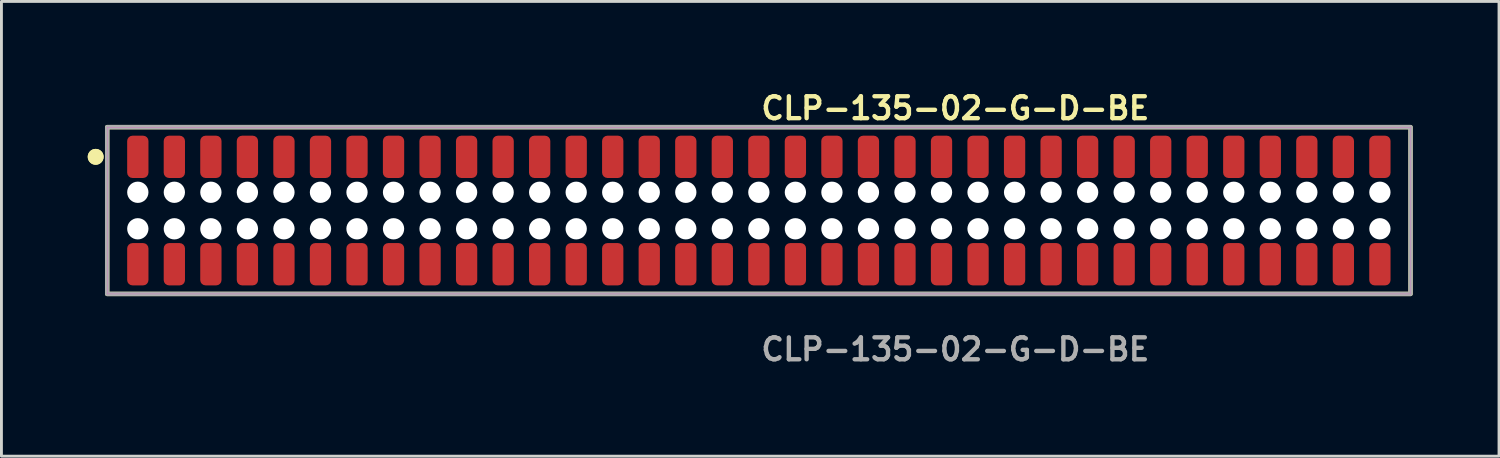
<source format=kicad_pcb>
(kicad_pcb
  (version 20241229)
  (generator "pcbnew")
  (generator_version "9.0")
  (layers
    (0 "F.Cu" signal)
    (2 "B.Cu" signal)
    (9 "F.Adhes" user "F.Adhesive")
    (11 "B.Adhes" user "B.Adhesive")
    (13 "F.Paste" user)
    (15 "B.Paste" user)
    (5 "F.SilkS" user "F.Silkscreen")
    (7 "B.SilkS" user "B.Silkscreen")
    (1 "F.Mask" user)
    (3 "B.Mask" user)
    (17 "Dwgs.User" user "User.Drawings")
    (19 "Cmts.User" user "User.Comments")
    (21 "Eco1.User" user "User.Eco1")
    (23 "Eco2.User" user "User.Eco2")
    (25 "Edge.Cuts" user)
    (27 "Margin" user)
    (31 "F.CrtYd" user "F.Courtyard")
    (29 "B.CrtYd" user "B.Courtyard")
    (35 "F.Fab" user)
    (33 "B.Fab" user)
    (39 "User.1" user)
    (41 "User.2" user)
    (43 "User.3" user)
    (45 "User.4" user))
  (footprint "CLP-135-02-G-D-BE"
    (layer "F.Cu")
    (at 23.331 4.269)
    (property "Reference" "CLP-135-02-G-D-BE" (at 0 -3.556 0) (unlocked yes) (layer "F.SilkS") (effects (font (size 0.762 0.762) (thickness 0.152)) (justify left)))
    (fp_rect (start -22.655 2.9) (end 22.655 -2.9) (stroke (width 0.152) (type solid)) (fill no) (layer "F.SilkS"))
    (fp_circle (center -23.055 -1.867) (end -23.255 -1.867) (stroke (width 0.152) (type solid)) (fill yes) (layer "F.SilkS"))
    (fp_circle (center -23.055 -1.867) (end -23.255 -1.867) (stroke (width 0.152) (type solid)) (fill yes) (layer "F.SilkS"))
    (fp_rect (start -22.655 2.9) (end 22.655 -2.9) (stroke (width 0.006) (type solid)) (fill no) (layer "F.CrtYd"))
    (fp_rect (start -22.655 2.9) (end 22.655 -2.9) (stroke (width 0.152) (type solid)) (fill no) (layer "F.Fab"))
    (fp_text user "${REFERENCE}" (at 0 4.826 0) (unlocked yes) (layer "F.Fab") (effects (font (size 0.762 0.762) (thickness 0.152)) (justify left)))
    (pad "" np_thru_hole circle (at -21.59 -0.635) (size 0.74 0.74) (drill 0.74) (layers "*.Cu" "*.Mask"))
    (pad "" np_thru_hole circle (at -21.59 0.635) (size 0.74 0.74) (drill 0.74) (layers "*.Cu" "*.Mask"))
    (pad "" np_thru_hole circle (at -20.32 -0.635) (size 0.74 0.74) (drill 0.74) (layers "*.Cu" "*.Mask"))
    (pad "" np_thru_hole circle (at -20.32 0.635) (size 0.74 0.74) (drill 0.74) (layers "*.Cu" "*.Mask"))
    (pad "" np_thru_hole circle (at -19.05 -0.635) (size 0.74 0.74) (drill 0.74) (layers "*.Cu" "*.Mask"))
    (pad "" np_thru_hole circle (at -19.05 0.635) (size 0.74 0.74) (drill 0.74) (layers "*.Cu" "*.Mask"))
    (pad "" np_thru_hole circle (at -17.78 -0.635) (size 0.74 0.74) (drill 0.74) (layers "*.Cu" "*.Mask"))
    (pad "" np_thru_hole circle (at -17.78 0.635) (size 0.74 0.74) (drill 0.74) (layers "*.Cu" "*.Mask"))
    (pad "" np_thru_hole circle (at -16.51 -0.635) (size 0.74 0.74) (drill 0.74) (layers "*.Cu" "*.Mask"))
    (pad "" np_thru_hole circle (at -16.51 0.635) (size 0.74 0.74) (drill 0.74) (layers "*.Cu" "*.Mask"))
    (pad "" np_thru_hole circle (at -15.24 -0.635) (size 0.74 0.74) (drill 0.74) (layers "*.Cu" "*.Mask"))
    (pad "" np_thru_hole circle (at -15.24 0.635) (size 0.74 0.74) (drill 0.74) (layers "*.Cu" "*.Mask"))
    (pad "" np_thru_hole circle (at -13.97 -0.635) (size 0.74 0.74) (drill 0.74) (layers "*.Cu" "*.Mask"))
    (pad "" np_thru_hole circle (at -13.97 0.635) (size 0.74 0.74) (drill 0.74) (layers "*.Cu" "*.Mask"))
    (pad "" np_thru_hole circle (at -12.7 -0.635) (size 0.74 0.74) (drill 0.74) (layers "*.Cu" "*.Mask"))
    (pad "" np_thru_hole circle (at -12.7 0.635) (size 0.74 0.74) (drill 0.74) (layers "*.Cu" "*.Mask"))
    (pad "" np_thru_hole circle (at -11.43 -0.635) (size 0.74 0.74) (drill 0.74) (layers "*.Cu" "*.Mask"))
    (pad "" np_thru_hole circle (at -11.43 0.635) (size 0.74 0.74) (drill 0.74) (layers "*.Cu" "*.Mask"))
    (pad "" np_thru_hole circle (at -10.16 -0.635) (size 0.74 0.74) (drill 0.74) (layers "*.Cu" "*.Mask"))
    (pad "" np_thru_hole circle (at -10.16 0.635) (size 0.74 0.74) (drill 0.74) (layers "*.Cu" "*.Mask"))
    (pad "" np_thru_hole circle (at -8.89 -0.635) (size 0.74 0.74) (drill 0.74) (layers "*.Cu" "*.Mask"))
    (pad "" np_thru_hole circle (at -8.89 0.635) (size 0.74 0.74) (drill 0.74) (layers "*.Cu" "*.Mask"))
    (pad "" np_thru_hole circle (at -7.62 -0.635) (size 0.74 0.74) (drill 0.74) (layers "*.Cu" "*.Mask"))
    (pad "" np_thru_hole circle (at -7.62 0.635) (size 0.74 0.74) (drill 0.74) (layers "*.Cu" "*.Mask"))
    (pad "" np_thru_hole circle (at -6.35 -0.635) (size 0.74 0.74) (drill 0.74) (layers "*.Cu" "*.Mask"))
    (pad "" np_thru_hole circle (at -6.35 0.635) (size 0.74 0.74) (drill 0.74) (layers "*.Cu" "*.Mask"))
    (pad "" np_thru_hole circle (at -5.08 -0.635) (size 0.74 0.74) (drill 0.74) (layers "*.Cu" "*.Mask"))
    (pad "" np_thru_hole circle (at -5.08 0.635) (size 0.74 0.74) (drill 0.74) (layers "*.Cu" "*.Mask"))
    (pad "" np_thru_hole circle (at -3.81 -0.635) (size 0.74 0.74) (drill 0.74) (layers "*.Cu" "*.Mask"))
    (pad "" np_thru_hole circle (at -3.81 0.635) (size 0.74 0.74) (drill 0.74) (layers "*.Cu" "*.Mask"))
    (pad "" np_thru_hole circle (at -2.54 -0.635) (size 0.74 0.74) (drill 0.74) (layers "*.Cu" "*.Mask"))
    (pad "" np_thru_hole circle (at -2.54 0.635) (size 0.74 0.74) (drill 0.74) (layers "*.Cu" "*.Mask"))
    (pad "" np_thru_hole circle (at -1.27 -0.635) (size 0.74 0.74) (drill 0.74) (layers "*.Cu" "*.Mask"))
    (pad "" np_thru_hole circle (at -1.27 0.635) (size 0.74 0.74) (drill 0.74) (layers "*.Cu" "*.Mask"))
    (pad "" np_thru_hole circle (at 0 -0.635) (size 0.74 0.74) (drill 0.74) (layers "*.Cu" "*.Mask"))
    (pad "" np_thru_hole circle (at 0 0.635) (size 0.74 0.74) (drill 0.74) (layers "*.Cu" "*.Mask"))
    (pad "" np_thru_hole circle (at 1.27 -0.635) (size 0.74 0.74) (drill 0.74) (layers "*.Cu" "*.Mask"))
    (pad "" np_thru_hole circle (at 1.27 0.635) (size 0.74 0.74) (drill 0.74) (layers "*.Cu" "*.Mask"))
    (pad "" np_thru_hole circle (at 2.54 -0.635) (size 0.74 0.74) (drill 0.74) (layers "*.Cu" "*.Mask"))
    (pad "" np_thru_hole circle (at 2.54 0.635) (size 0.74 0.74) (drill 0.74) (layers "*.Cu" "*.Mask"))
    (pad "" np_thru_hole circle (at 3.81 -0.635) (size 0.74 0.74) (drill 0.74) (layers "*.Cu" "*.Mask"))
    (pad "" np_thru_hole circle (at 3.81 0.635) (size 0.74 0.74) (drill 0.74) (layers "*.Cu" "*.Mask"))
    (pad "" np_thru_hole circle (at 5.08 -0.635) (size 0.74 0.74) (drill 0.74) (layers "*.Cu" "*.Mask"))
    (pad "" np_thru_hole circle (at 5.08 0.635) (size 0.74 0.74) (drill 0.74) (layers "*.Cu" "*.Mask"))
    (pad "" np_thru_hole circle (at 6.35 -0.635) (size 0.74 0.74) (drill 0.74) (layers "*.Cu" "*.Mask"))
    (pad "" np_thru_hole circle (at 6.35 0.635) (size 0.74 0.74) (drill 0.74) (layers "*.Cu" "*.Mask"))
    (pad "" np_thru_hole circle (at 7.62 -0.635) (size 0.74 0.74) (drill 0.74) (layers "*.Cu" "*.Mask"))
    (pad "" np_thru_hole circle (at 7.62 0.635) (size 0.74 0.74) (drill 0.74) (layers "*.Cu" "*.Mask"))
    (pad "" np_thru_hole circle (at 8.89 -0.635) (size 0.74 0.74) (drill 0.74) (layers "*.Cu" "*.Mask"))
    (pad "" np_thru_hole circle (at 8.89 0.635) (size 0.74 0.74) (drill 0.74) (layers "*.Cu" "*.Mask"))
    (pad "" np_thru_hole circle (at 10.16 -0.635) (size 0.74 0.74) (drill 0.74) (layers "*.Cu" "*.Mask"))
    (pad "" np_thru_hole circle (at 10.16 0.635) (size 0.74 0.74) (drill 0.74) (layers "*.Cu" "*.Mask"))
    (pad "" np_thru_hole circle (at 11.43 -0.635) (size 0.74 0.74) (drill 0.74) (layers "*.Cu" "*.Mask"))
    (pad "" np_thru_hole circle (at 11.43 0.635) (size 0.74 0.74) (drill 0.74) (layers "*.Cu" "*.Mask"))
    (pad "" np_thru_hole circle (at 12.7 -0.635) (size 0.74 0.74) (drill 0.74) (layers "*.Cu" "*.Mask"))
    (pad "" np_thru_hole circle (at 12.7 0.635) (size 0.74 0.74) (drill 0.74) (layers "*.Cu" "*.Mask"))
    (pad "" np_thru_hole circle (at 13.97 -0.635) (size 0.74 0.74) (drill 0.74) (layers "*.Cu" "*.Mask"))
    (pad "" np_thru_hole circle (at 13.97 0.635) (size 0.74 0.74) (drill 0.74) (layers "*.Cu" "*.Mask"))
    (pad "" np_thru_hole circle (at 15.24 -0.635) (size 0.74 0.74) (drill 0.74) (layers "*.Cu" "*.Mask"))
    (pad "" np_thru_hole circle (at 15.24 0.635) (size 0.74 0.74) (drill 0.74) (layers "*.Cu" "*.Mask"))
    (pad "" np_thru_hole circle (at 16.51 -0.635) (size 0.74 0.74) (drill 0.74) (layers "*.Cu" "*.Mask"))
    (pad "" np_thru_hole circle (at 16.51 0.635) (size 0.74 0.74) (drill 0.74) (layers "*.Cu" "*.Mask"))
    (pad "" np_thru_hole circle (at 17.78 -0.635) (size 0.74 0.74) (drill 0.74) (layers "*.Cu" "*.Mask"))
    (pad "" np_thru_hole circle (at 17.78 0.635) (size 0.74 0.74) (drill 0.74) (layers "*.Cu" "*.Mask"))
    (pad "" np_thru_hole circle (at 19.05 -0.635) (size 0.74 0.74) (drill 0.74) (layers "*.Cu" "*.Mask"))
    (pad "" np_thru_hole circle (at 19.05 0.635) (size 0.74 0.74) (drill 0.74) (layers "*.Cu" "*.Mask"))
    (pad "" np_thru_hole circle (at 20.32 -0.635) (size 0.74 0.74) (drill 0.74) (layers "*.Cu" "*.Mask"))
    (pad "" np_thru_hole circle (at 20.32 0.635) (size 0.74 0.74) (drill 0.74) (layers "*.Cu" "*.Mask"))
    (pad "" np_thru_hole circle (at 21.59 -0.635) (size 0.74 0.74) (drill 0.74) (layers "*.Cu" "*.Mask"))
    (pad "" np_thru_hole circle (at 21.59 0.635) (size 0.74 0.74) (drill 0.74) (layers "*.Cu" "*.Mask"))
    (pad "1" smd roundrect (at -21.59 -1.867) (size 0.74 1.47) (layers "F.Cu" "F.Paste") (roundrect_rratio 0.25))
    (pad "2" smd roundrect (at -21.59 1.867) (size 0.74 1.47) (layers "F.Cu" "F.Paste") (roundrect_rratio 0.25))
    (pad "3" smd roundrect (at -20.32 -1.867) (size 0.74 1.47) (layers "F.Cu" "F.Paste") (roundrect_rratio 0.25))
    (pad "4" smd roundrect (at -20.32 1.867) (size 0.74 1.47) (layers "F.Cu" "F.Paste") (roundrect_rratio 0.25))
    (pad "5" smd roundrect (at -19.05 -1.867) (size 0.74 1.47) (layers "F.Cu" "F.Paste") (roundrect_rratio 0.25))
    (pad "6" smd roundrect (at -19.05 1.867) (size 0.74 1.47) (layers "F.Cu" "F.Paste") (roundrect_rratio 0.25))
    (pad "7" smd roundrect (at -17.78 -1.867) (size 0.74 1.47) (layers "F.Cu" "F.Paste") (roundrect_rratio 0.25))
    (pad "8" smd roundrect (at -17.78 1.867) (size 0.74 1.47) (layers "F.Cu" "F.Paste") (roundrect_rratio 0.25))
    (pad "9" smd roundrect (at -16.51 -1.867) (size 0.74 1.47) (layers "F.Cu" "F.Paste") (roundrect_rratio 0.25))
    (pad "10" smd roundrect (at -16.51 1.867) (size 0.74 1.47) (layers "F.Cu" "F.Paste") (roundrect_rratio 0.25))
    (pad "11" smd roundrect (at -15.24 -1.867) (size 0.74 1.47) (layers "F.Cu" "F.Paste") (roundrect_rratio 0.25))
    (pad "12" smd roundrect (at -15.24 1.867) (size 0.74 1.47) (layers "F.Cu" "F.Paste") (roundrect_rratio 0.25))
    (pad "13" smd roundrect (at -13.97 -1.867) (size 0.74 1.47) (layers "F.Cu" "F.Paste") (roundrect_rratio 0.25))
    (pad "14" smd roundrect (at -13.97 1.867) (size 0.74 1.47) (layers "F.Cu" "F.Paste") (roundrect_rratio 0.25))
    (pad "15" smd roundrect (at -12.7 -1.867) (size 0.74 1.47) (layers "F.Cu" "F.Paste") (roundrect_rratio 0.25))
    (pad "16" smd roundrect (at -12.7 1.867) (size 0.74 1.47) (layers "F.Cu" "F.Paste") (roundrect_rratio 0.25))
    (pad "17" smd roundrect (at -11.43 -1.867) (size 0.74 1.47) (layers "F.Cu" "F.Paste") (roundrect_rratio 0.25))
    (pad "18" smd roundrect (at -11.43 1.867) (size 0.74 1.47) (layers "F.Cu" "F.Paste") (roundrect_rratio 0.25))
    (pad "19" smd roundrect (at -10.16 -1.867) (size 0.74 1.47) (layers "F.Cu" "F.Paste") (roundrect_rratio 0.25))
    (pad "20" smd roundrect (at -10.16 1.867) (size 0.74 1.47) (layers "F.Cu" "F.Paste") (roundrect_rratio 0.25))
    (pad "21" smd roundrect (at -8.89 -1.867) (size 0.74 1.47) (layers "F.Cu" "F.Paste") (roundrect_rratio 0.25))
    (pad "22" smd roundrect (at -8.89 1.867) (size 0.74 1.47) (layers "F.Cu" "F.Paste") (roundrect_rratio 0.25))
    (pad "23" smd roundrect (at -7.62 -1.867) (size 0.74 1.47) (layers "F.Cu" "F.Paste") (roundrect_rratio 0.25))
    (pad "24" smd roundrect (at -7.62 1.867) (size 0.74 1.47) (layers "F.Cu" "F.Paste") (roundrect_rratio 0.25))
    (pad "25" smd roundrect (at -6.35 -1.867) (size 0.74 1.47) (layers "F.Cu" "F.Paste") (roundrect_rratio 0.25))
    (pad "26" smd roundrect (at -6.35 1.867) (size 0.74 1.47) (layers "F.Cu" "F.Paste") (roundrect_rratio 0.25))
    (pad "27" smd roundrect (at -5.08 -1.867) (size 0.74 1.47) (layers "F.Cu" "F.Paste") (roundrect_rratio 0.25))
    (pad "28" smd roundrect (at -5.08 1.867) (size 0.74 1.47) (layers "F.Cu" "F.Paste") (roundrect_rratio 0.25))
    (pad "29" smd roundrect (at -3.81 -1.867) (size 0.74 1.47) (layers "F.Cu" "F.Paste") (roundrect_rratio 0.25))
    (pad "30" smd roundrect (at -3.81 1.867) (size 0.74 1.47) (layers "F.Cu" "F.Paste") (roundrect_rratio 0.25))
    (pad "31" smd roundrect (at -2.54 -1.867) (size 0.74 1.47) (layers "F.Cu" "F.Paste") (roundrect_rratio 0.25))
    (pad "32" smd roundrect (at -2.54 1.867) (size 0.74 1.47) (layers "F.Cu" "F.Paste") (roundrect_rratio 0.25))
    (pad "33" smd roundrect (at -1.27 -1.867) (size 0.74 1.47) (layers "F.Cu" "F.Paste") (roundrect_rratio 0.25))
    (pad "34" smd roundrect (at -1.27 1.867) (size 0.74 1.47) (layers "F.Cu" "F.Paste") (roundrect_rratio 0.25))
    (pad "35" smd roundrect (at 0 -1.867) (size 0.74 1.47) (layers "F.Cu" "F.Paste") (roundrect_rratio 0.25))
    (pad "36" smd roundrect (at 0 1.867) (size 0.74 1.47) (layers "F.Cu" "F.Paste") (roundrect_rratio 0.25))
    (pad "37" smd roundrect (at 1.27 -1.867) (size 0.74 1.47) (layers "F.Cu" "F.Paste") (roundrect_rratio 0.25))
    (pad "38" smd roundrect (at 1.27 1.867) (size 0.74 1.47) (layers "F.Cu" "F.Paste") (roundrect_rratio 0.25))
    (pad "39" smd roundrect (at 2.54 -1.867) (size 0.74 1.47) (layers "F.Cu" "F.Paste") (roundrect_rratio 0.25))
    (pad "40" smd roundrect (at 2.54 1.867) (size 0.74 1.47) (layers "F.Cu" "F.Paste") (roundrect_rratio 0.25))
    (pad "41" smd roundrect (at 3.81 -1.867) (size 0.74 1.47) (layers "F.Cu" "F.Paste") (roundrect_rratio 0.25))
    (pad "42" smd roundrect (at 3.81 1.867) (size 0.74 1.47) (layers "F.Cu" "F.Paste") (roundrect_rratio 0.25))
    (pad "43" smd roundrect (at 5.08 -1.867) (size 0.74 1.47) (layers "F.Cu" "F.Paste") (roundrect_rratio 0.25))
    (pad "44" smd roundrect (at 5.08 1.867) (size 0.74 1.47) (layers "F.Cu" "F.Paste") (roundrect_rratio 0.25))
    (pad "45" smd roundrect (at 6.35 -1.867) (size 0.74 1.47) (layers "F.Cu" "F.Paste") (roundrect_rratio 0.25))
    (pad "46" smd roundrect (at 6.35 1.867) (size 0.74 1.47) (layers "F.Cu" "F.Paste") (roundrect_rratio 0.25))
    (pad "47" smd roundrect (at 7.62 -1.867) (size 0.74 1.47) (layers "F.Cu" "F.Paste") (roundrect_rratio 0.25))
    (pad "48" smd roundrect (at 7.62 1.867) (size 0.74 1.47) (layers "F.Cu" "F.Paste") (roundrect_rratio 0.25))
    (pad "49" smd roundrect (at 8.89 -1.867) (size 0.74 1.47) (layers "F.Cu" "F.Paste") (roundrect_rratio 0.25))
    (pad "50" smd roundrect (at 8.89 1.867) (size 0.74 1.47) (layers "F.Cu" "F.Paste") (roundrect_rratio 0.25))
    (pad "51" smd roundrect (at 10.16 -1.867) (size 0.74 1.47) (layers "F.Cu" "F.Paste") (roundrect_rratio 0.25))
    (pad "52" smd roundrect (at 10.16 1.867) (size 0.74 1.47) (layers "F.Cu" "F.Paste") (roundrect_rratio 0.25))
    (pad "53" smd roundrect (at 11.43 -1.867) (size 0.74 1.47) (layers "F.Cu" "F.Paste") (roundrect_rratio 0.25))
    (pad "54" smd roundrect (at 11.43 1.867) (size 0.74 1.47) (layers "F.Cu" "F.Paste") (roundrect_rratio 0.25))
    (pad "55" smd roundrect (at 12.7 -1.867) (size 0.74 1.47) (layers "F.Cu" "F.Paste") (roundrect_rratio 0.25))
    (pad "56" smd roundrect (at 12.7 1.867) (size 0.74 1.47) (layers "F.Cu" "F.Paste") (roundrect_rratio 0.25))
    (pad "57" smd roundrect (at 13.97 -1.867) (size 0.74 1.47) (layers "F.Cu" "F.Paste") (roundrect_rratio 0.25))
    (pad "58" smd roundrect (at 13.97 1.867) (size 0.74 1.47) (layers "F.Cu" "F.Paste") (roundrect_rratio 0.25))
    (pad "59" smd roundrect (at 15.24 -1.867) (size 0.74 1.47) (layers "F.Cu" "F.Paste") (roundrect_rratio 0.25))
    (pad "60" smd roundrect (at 15.24 1.867) (size 0.74 1.47) (layers "F.Cu" "F.Paste") (roundrect_rratio 0.25))
    (pad "61" smd roundrect (at 16.51 -1.867) (size 0.74 1.47) (layers "F.Cu" "F.Paste") (roundrect_rratio 0.25))
    (pad "62" smd roundrect (at 16.51 1.867) (size 0.74 1.47) (layers "F.Cu" "F.Paste") (roundrect_rratio 0.25))
    (pad "63" smd roundrect (at 17.78 -1.867) (size 0.74 1.47) (layers "F.Cu" "F.Paste") (roundrect_rratio 0.25))
    (pad "64" smd roundrect (at 17.78 1.867) (size 0.74 1.47) (layers "F.Cu" "F.Paste") (roundrect_rratio 0.25))
    (pad "65" smd roundrect (at 19.05 -1.867) (size 0.74 1.47) (layers "F.Cu" "F.Paste") (roundrect_rratio 0.25))
    (pad "66" smd roundrect (at 19.05 1.867) (size 0.74 1.47) (layers "F.Cu" "F.Paste") (roundrect_rratio 0.25))
    (pad "67" smd roundrect (at 20.32 -1.867) (size 0.74 1.47) (layers "F.Cu" "F.Paste") (roundrect_rratio 0.25))
    (pad "68" smd roundrect (at 20.32 1.867) (size 0.74 1.47) (layers "F.Cu" "F.Paste") (roundrect_rratio 0.25))
    (pad "69" smd roundrect (at 21.59 -1.867) (size 0.74 1.47) (layers "F.Cu" "F.Paste") (roundrect_rratio 0.25))
    (pad "70" smd roundrect (at 21.59 1.867) (size 0.74 1.47) (layers "F.Cu" "F.Paste") (roundrect_rratio 0.25)))
  (gr_rect
    (start -3 -3)
    (end 49.062 12.808)
    (stroke (width 0.1) (type default))
    (fill no)
    (layer "Edge.Cuts")))
</source>
